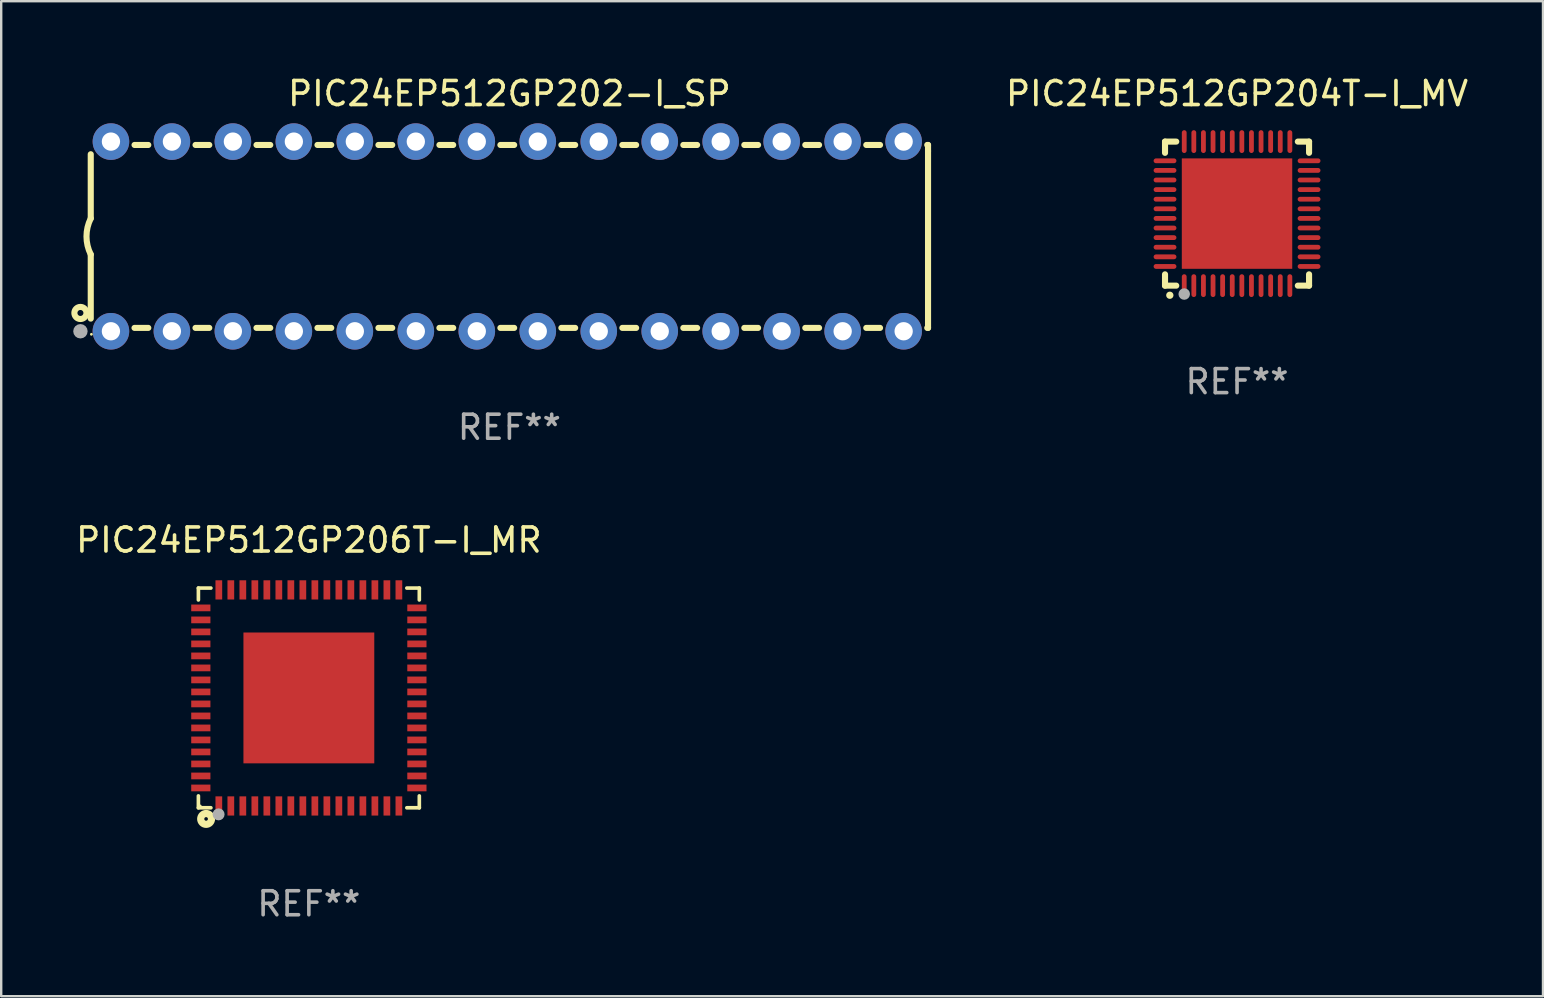
<source format=kicad_pcb>
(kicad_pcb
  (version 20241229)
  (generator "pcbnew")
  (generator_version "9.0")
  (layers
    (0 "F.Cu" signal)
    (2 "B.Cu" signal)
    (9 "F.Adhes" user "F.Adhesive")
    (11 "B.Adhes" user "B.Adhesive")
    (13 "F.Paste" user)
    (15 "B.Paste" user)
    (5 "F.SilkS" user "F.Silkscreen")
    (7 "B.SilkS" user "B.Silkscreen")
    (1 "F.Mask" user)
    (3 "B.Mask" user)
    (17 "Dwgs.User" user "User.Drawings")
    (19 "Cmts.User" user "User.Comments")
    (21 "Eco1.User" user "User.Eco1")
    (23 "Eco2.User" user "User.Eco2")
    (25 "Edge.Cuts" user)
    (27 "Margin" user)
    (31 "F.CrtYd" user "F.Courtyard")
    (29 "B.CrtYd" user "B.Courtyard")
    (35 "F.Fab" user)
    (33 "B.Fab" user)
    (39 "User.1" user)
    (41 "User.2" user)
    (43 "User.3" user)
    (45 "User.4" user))
  (footprint "PIC24EP512GP204T-I_MV"
    (layer "F.Cu")
    (at 48.477 5.848)
    (property "Reference" "PIC24EP512GP204T-I_MV" (at 0 -5 0) (layer "F.SilkS") (effects (font (size 1 1) (thickness 0.15))))
    (attr through_hole)
    (fp_line (start -3 -3) (end -2.532 -3) (stroke (width 0.254) (type solid)) (layer "F.SilkS"))
    (fp_line (start -3 -2.532) (end -3 -3) (stroke (width 0.254) (type solid)) (layer "F.SilkS"))
    (fp_line (start -3 3) (end -3 2.529) (stroke (width 0.254) (type solid)) (layer "F.SilkS"))
    (fp_line (start -2.532 3) (end -3 3) (stroke (width 0.254) (type solid)) (layer "F.SilkS"))
    (fp_line (start 2.532 -3) (end 3 -3) (stroke (width 0.254) (type solid)) (layer "F.SilkS"))
    (fp_line (start 3 -3) (end 3 -2.532) (stroke (width 0.254) (type solid)) (layer "F.SilkS"))
    (fp_line (start 3 2.529) (end 3 3) (stroke (width 0.254) (type solid)) (layer "F.SilkS"))
    (fp_line (start 3 3) (end 2.532 3) (stroke (width 0.254) (type solid)) (layer "F.SilkS"))
    (fp_arc (start -2.801295 3.400025) (mid -2.800025 3.40002) (end -2.798755 3.400025) (stroke (width 0.3) (type solid)) (layer "F.SilkS"))
    (fp_circle (center -3 3) (end -2.97 3) (stroke (width 0.06) (type solid)) (fill no) (layer "F.SilkS"))
    (fp_circle (center -2.2 3.35) (end -2.08 3.35) (stroke (width 0.24) (type solid)) (fill no) (layer "F.Fab"))
    (fp_text user "REF**" (at 0 7 0) (layer "F.Fab") (effects (font (size 1 1) (thickness 0.15))))
    (pad "1" smd oval (at -2.2 3) (size 0.2 0.95) (layers "F.Cu" "F.Mask" "F.Paste"))
    (pad "2" smd oval (at -1.8 3) (size 0.2 0.95) (layers "F.Cu" "F.Mask" "F.Paste"))
    (pad "3" smd oval (at -1.4 3) (size 0.2 0.95) (layers "F.Cu" "F.Mask" "F.Paste"))
    (pad "4" smd oval (at -1 3) (size 0.2 0.95) (layers "F.Cu" "F.Mask" "F.Paste"))
    (pad "5" smd oval (at -0.6 3) (size 0.2 0.95) (layers "F.Cu" "F.Mask" "F.Paste"))
    (pad "6" smd oval (at -0.2 3) (size 0.2 0.95) (layers "F.Cu" "F.Mask" "F.Paste"))
    (pad "7" smd oval (at 0.2 3) (size 0.2 0.95) (layers "F.Cu" "F.Mask" "F.Paste"))
    (pad "8" smd oval (at 0.6 3) (size 0.2 0.95) (layers "F.Cu" "F.Mask" "F.Paste"))
    (pad "9" smd oval (at 1 3) (size 0.2 0.95) (layers "F.Cu" "F.Mask" "F.Paste"))
    (pad "10" smd oval (at 1.4 3) (size 0.2 0.95) (layers "F.Cu" "F.Mask" "F.Paste"))
    (pad "11" smd oval (at 1.8 3) (size 0.2 0.95) (layers "F.Cu" "F.Mask" "F.Paste"))
    (pad "12" smd oval (at 2.2 3) (size 0.2 0.95) (layers "F.Cu" "F.Mask" "F.Paste"))
    (pad "13" smd oval (at 3 2.2 90) (size 0.2 0.95) (layers "F.Cu" "F.Mask" "F.Paste"))
    (pad "14" smd oval (at 3 1.8 90) (size 0.2 0.95) (layers "F.Cu" "F.Mask" "F.Paste"))
    (pad "15" smd oval (at 3 1.4 90) (size 0.2 0.95) (layers "F.Cu" "F.Mask" "F.Paste"))
    (pad "16" smd oval (at 3 1 90) (size 0.2 0.95) (layers "F.Cu" "F.Mask" "F.Paste"))
    (pad "17" smd oval (at 3 0.6 90) (size 0.2 0.95) (layers "F.Cu" "F.Mask" "F.Paste"))
    (pad "18" smd oval (at 3 0.2 90) (size 0.2 0.95) (layers "F.Cu" "F.Mask" "F.Paste"))
    (pad "19" smd oval (at 3 -0.2 90) (size 0.2 0.95) (layers "F.Cu" "F.Mask" "F.Paste"))
    (pad "20" smd oval (at 3 -0.6 90) (size 0.2 0.95) (layers "F.Cu" "F.Mask" "F.Paste"))
    (pad "21" smd oval (at 3 -1 90) (size 0.2 0.95) (layers "F.Cu" "F.Mask" "F.Paste"))
    (pad "22" smd oval (at 3 -1.4 90) (size 0.2 0.95) (layers "F.Cu" "F.Mask" "F.Paste"))
    (pad "23" smd oval (at 3 -1.8 90) (size 0.2 0.95) (layers "F.Cu" "F.Mask" "F.Paste"))
    (pad "24" smd oval (at 3 -2.2 90) (size 0.2 0.95) (layers "F.Cu" "F.Mask" "F.Paste"))
    (pad "25" smd oval (at 2.2 -3 180) (size 0.2 0.95) (layers "F.Cu" "F.Mask" "F.Paste"))
    (pad "26" smd oval (at 1.8 -3 180) (size 0.2 0.95) (layers "F.Cu" "F.Mask" "F.Paste"))
    (pad "27" smd oval (at 1.4 -3 180) (size 0.2 0.95) (layers "F.Cu" "F.Mask" "F.Paste"))
    (pad "28" smd oval (at 1 -3 180) (size 0.2 0.95) (layers "F.Cu" "F.Mask" "F.Paste"))
    (pad "29" smd oval (at 0.6 -3 180) (size 0.2 0.95) (layers "F.Cu" "F.Mask" "F.Paste"))
    (pad "30" smd oval (at 0.2 -3 180) (size 0.2 0.95) (layers "F.Cu" "F.Mask" "F.Paste"))
    (pad "31" smd oval (at -0.2 -3 180) (size 0.2 0.95) (layers "F.Cu" "F.Mask" "F.Paste"))
    (pad "32" smd oval (at -0.6 -3 180) (size 0.2 0.95) (layers "F.Cu" "F.Mask" "F.Paste"))
    (pad "33" smd oval (at -1 -3 180) (size 0.2 0.95) (layers "F.Cu" "F.Mask" "F.Paste"))
    (pad "34" smd oval (at -1.4 -3 180) (size 0.2 0.95) (layers "F.Cu" "F.Mask" "F.Paste"))
    (pad "35" smd oval (at -1.8 -3 180) (size 0.2 0.95) (layers "F.Cu" "F.Mask" "F.Paste"))
    (pad "36" smd oval (at -2.2 -3 180) (size 0.2 0.95) (layers "F.Cu" "F.Mask" "F.Paste"))
    (pad "37" smd oval (at -3 -2.2 270) (size 0.2 0.95) (layers "F.Cu" "F.Mask" "F.Paste"))
    (pad "38" smd oval (at -3 -1.8 270) (size 0.2 0.95) (layers "F.Cu" "F.Mask" "F.Paste"))
    (pad "39" smd oval (at -3 -1.4 270) (size 0.2 0.95) (layers "F.Cu" "F.Mask" "F.Paste"))
    (pad "40" smd oval (at -3 -1 270) (size 0.2 0.95) (layers "F.Cu" "F.Mask" "F.Paste"))
    (pad "41" smd oval (at -3 -0.6 270) (size 0.2 0.95) (layers "F.Cu" "F.Mask" "F.Paste"))
    (pad "42" smd oval (at -3 -0.2 270) (size 0.2 0.95) (layers "F.Cu" "F.Mask" "F.Paste"))
    (pad "43" smd oval (at -3 0.2 270) (size 0.2 0.95) (layers "F.Cu" "F.Mask" "F.Paste"))
    (pad "44" smd oval (at -3 0.6 270) (size 0.2 0.95) (layers "F.Cu" "F.Mask" "F.Paste"))
    (pad "45" smd oval (at -3 1 270) (size 0.2 0.95) (layers "F.Cu" "F.Mask" "F.Paste"))
    (pad "46" smd oval (at -3 1.4 270) (size 0.2 0.95) (layers "F.Cu" "F.Mask" "F.Paste"))
    (pad "47" smd oval (at -3 1.8 270) (size 0.2 0.95) (layers "F.Cu" "F.Mask" "F.Paste"))
    (pad "48" smd oval (at -3 2.2 270) (size 0.2 0.95) (layers "F.Cu" "F.Mask" "F.Paste"))
    (pad "49" smd rect (at -0.001 -0.001 180) (size 4.6 4.6) (layers "F.Cu" "F.Mask" "F.Paste")))
  (footprint "PIC24EP512GP202-I_SP"
    (layer "F.Cu")
    (at 18.168 6.798)
    (property "Reference" "PIC24EP512GP202-I_SP" (at 0 -5.95 0) (layer "F.SilkS") (effects (font (size 1 1) (thickness 0.15))))
    (attr through_hole)
    (fp_line (start -17.438 0.75) (end -17.438 3.423) (stroke (width 0.254) (type solid)) (layer "F.SilkS"))
    (fp_line (start -17.438 -3.423) (end -17.438 -0.75) (stroke (width 0.254) (type solid)) (layer "F.SilkS"))
    (fp_line (start -15.615 3.81) (end -15.041 3.81) (stroke (width 0.254) (type solid)) (layer "F.SilkS"))
    (fp_line (start -15.041 -3.81) (end -15.614 -3.81) (stroke (width 0.254) (type solid)) (layer "F.SilkS"))
    (fp_line (start -13.075 3.81) (end -12.501 3.81) (stroke (width 0.254) (type solid)) (layer "F.SilkS"))
    (fp_line (start -12.501 -3.81) (end -13.074 -3.81) (stroke (width 0.254) (type solid)) (layer "F.SilkS"))
    (fp_line (start -10.535 3.81) (end -9.961 3.81) (stroke (width 0.254) (type solid)) (layer "F.SilkS"))
    (fp_line (start -9.961 -3.81) (end -10.534 -3.81) (stroke (width 0.254) (type solid)) (layer "F.SilkS"))
    (fp_line (start -7.995 3.81) (end -7.421 3.81) (stroke (width 0.254) (type solid)) (layer "F.SilkS"))
    (fp_line (start -7.421 -3.81) (end -7.995 -3.81) (stroke (width 0.254) (type solid)) (layer "F.SilkS"))
    (fp_line (start -5.455 3.81) (end -4.881 3.81) (stroke (width 0.254) (type solid)) (layer "F.SilkS"))
    (fp_line (start -4.881 -3.81) (end -5.455 -3.81) (stroke (width 0.254) (type solid)) (layer "F.SilkS"))
    (fp_line (start -2.915 3.81) (end -2.341 3.81) (stroke (width 0.254) (type solid)) (layer "F.SilkS"))
    (fp_line (start -2.341 -3.81) (end -2.915 -3.81) (stroke (width 0.254) (type solid)) (layer "F.SilkS"))
    (fp_line (start -0.375 3.81) (end 0.199 3.81) (stroke (width 0.254) (type solid)) (layer "F.SilkS"))
    (fp_line (start 0.199 -3.81) (end -0.375 -3.81) (stroke (width 0.254) (type solid)) (layer "F.SilkS"))
    (fp_line (start 2.165 3.81) (end 2.739 3.81) (stroke (width 0.254) (type solid)) (layer "F.SilkS"))
    (fp_line (start 2.739 -3.81) (end 2.165 -3.81) (stroke (width 0.254) (type solid)) (layer "F.SilkS"))
    (fp_line (start 4.705 3.81) (end 5.279 3.81) (stroke (width 0.254) (type solid)) (layer "F.SilkS"))
    (fp_line (start 5.279 -3.81) (end 4.705 -3.81) (stroke (width 0.254) (type solid)) (layer "F.SilkS"))
    (fp_line (start 7.245 3.81) (end 7.819 3.81) (stroke (width 0.254) (type solid)) (layer "F.SilkS"))
    (fp_line (start 7.819 -3.81) (end 7.245 -3.81) (stroke (width 0.254) (type solid)) (layer "F.SilkS"))
    (fp_line (start 9.785 3.81) (end 10.359 3.81) (stroke (width 0.254) (type solid)) (layer "F.SilkS"))
    (fp_line (start 10.359 -3.81) (end 9.785 -3.81) (stroke (width 0.254) (type solid)) (layer "F.SilkS"))
    (fp_line (start 12.325 3.81) (end 12.899 3.81) (stroke (width 0.254) (type solid)) (layer "F.SilkS"))
    (fp_line (start 12.899 -3.81) (end 12.325 -3.81) (stroke (width 0.254) (type solid)) (layer "F.SilkS"))
    (fp_line (start 14.865 3.81) (end 15.439 3.81) (stroke (width 0.254) (type solid)) (layer "F.SilkS"))
    (fp_line (start 15.439 -3.81) (end 14.865 -3.81) (stroke (width 0.254) (type solid)) (layer "F.SilkS"))
    (fp_line (start 17.405 3.81) (end 17.438 3.81) (stroke (width 0.254) (type solid)) (layer "F.SilkS"))
    (fp_line (start 17.438 -3.81) (end 17.405 -3.81) (stroke (width 0.254) (type solid)) (layer "F.SilkS"))
    (fp_line (start 17.438 -3.556) (end 17.438 -3.81) (stroke (width 0.254) (type solid)) (layer "F.SilkS"))
    (fp_line (start 17.438 3.81) (end 17.438 -3.556) (stroke (width 0.254) (type solid)) (layer "F.SilkS"))
    (fp_arc (start -17.437986 0.749657) (mid -17.614887 -0.000024) (end -17.437783 -0.749657) (stroke (width 0.254001) (type solid)) (layer "F.SilkS"))
    (fp_circle (center -17.868 3.188) (end -17.743 3.188) (stroke (width 0.254) (type solid)) (fill no) (layer "F.SilkS"))
    (fp_circle (center -17.411 4.077) (end -17.381 4.077) (stroke (width 0.06) (type solid)) (fill no) (layer "F.SilkS"))
    (fp_circle (center -17.868 3.95) (end -17.718 3.95) (stroke (width 0.3) (type solid)) (fill no) (layer "F.Fab"))
    (fp_text user "REF**" (at 0 7.95 0) (layer "F.Fab") (effects (font (size 1 1) (thickness 0.15))))
    (pad "1" thru_hole circle (at -16.598 3.95) (size 1.524 1.524) (drill 0.762) (layers "*.Cu" "*.Mask"))
    (pad "2" thru_hole circle (at -14.058 3.95) (size 1.524 1.524) (drill 0.762) (layers "*.Cu" "*.Mask"))
    (pad "3" thru_hole circle (at -11.518 3.95) (size 1.524 1.524) (drill 0.762) (layers "*.Cu" "*.Mask"))
    (pad "4" thru_hole circle (at -8.978 3.95) (size 1.524 1.524) (drill 0.762) (layers "*.Cu" "*.Mask"))
    (pad "5" thru_hole circle (at -6.438 3.95) (size 1.524 1.524) (drill 0.762) (layers "*.Cu" "*.Mask"))
    (pad "6" thru_hole circle (at -3.898 3.95) (size 1.524 1.524) (drill 0.762) (layers "*.Cu" "*.Mask"))
    (pad "7" thru_hole circle (at -1.358 3.95) (size 1.524 1.524) (drill 0.762) (layers "*.Cu" "*.Mask"))
    (pad "8" thru_hole circle (at 1.182 3.95) (size 1.524 1.524) (drill 0.762) (layers "*.Cu" "*.Mask"))
    (pad "9" thru_hole circle (at 3.722 3.95) (size 1.524 1.524) (drill 0.762) (layers "*.Cu" "*.Mask"))
    (pad "10" thru_hole circle (at 6.262 3.95) (size 1.524 1.524) (drill 0.762) (layers "*.Cu" "*.Mask"))
    (pad "11" thru_hole circle (at 8.802 3.95) (size 1.524 1.524) (drill 0.762) (layers "*.Cu" "*.Mask"))
    (pad "12" thru_hole circle (at 11.342 3.95) (size 1.524 1.524) (drill 0.762) (layers "*.Cu" "*.Mask"))
    (pad "13" thru_hole circle (at 13.882 3.95) (size 1.524 1.524) (drill 0.762) (layers "*.Cu" "*.Mask"))
    (pad "14" thru_hole circle (at 16.422 3.95) (size 1.524 1.524) (drill 0.762) (layers "*.Cu" "*.Mask"))
    (pad "15" thru_hole circle (at 16.422 -3.95) (size 1.524 1.524) (drill 0.762) (layers "*.Cu" "*.Mask"))
    (pad "16" thru_hole circle (at 13.882 -3.95) (size 1.524 1.524) (drill 0.762) (layers "*.Cu" "*.Mask"))
    (pad "17" thru_hole circle (at 11.342 -3.95) (size 1.524 1.524) (drill 0.762) (layers "*.Cu" "*.Mask"))
    (pad "18" thru_hole circle (at 8.802 -3.95) (size 1.524 1.524) (drill 0.762) (layers "*.Cu" "*.Mask"))
    (pad "19" thru_hole circle (at 6.262 -3.95) (size 1.524 1.524) (drill 0.762) (layers "*.Cu" "*.Mask"))
    (pad "20" thru_hole circle (at 3.722 -3.95) (size 1.524 1.524) (drill 0.762) (layers "*.Cu" "*.Mask"))
    (pad "21" thru_hole circle (at 1.182 -3.95) (size 1.524 1.524) (drill 0.762) (layers "*.Cu" "*.Mask"))
    (pad "22" thru_hole circle (at -1.358 -3.95) (size 1.524 1.524) (drill 0.762) (layers "*.Cu" "*.Mask"))
    (pad "23" thru_hole circle (at -3.898 -3.95) (size 1.524 1.524) (drill 0.762) (layers "*.Cu" "*.Mask"))
    (pad "24" thru_hole circle (at -6.438 -3.95) (size 1.524 1.524) (drill 0.762) (layers "*.Cu" "*.Mask"))
    (pad "25" thru_hole circle (at -8.978 -3.95) (size 1.524 1.524) (drill 0.762) (layers "*.Cu" "*.Mask"))
    (pad "26" thru_hole circle (at -11.517 -3.95) (size 1.524 1.524) (drill 0.762) (layers "*.Cu" "*.Mask"))
    (pad "27" thru_hole circle (at -14.057 -3.95) (size 1.524 1.524) (drill 0.762) (layers "*.Cu" "*.Mask"))
    (pad "28" thru_hole circle (at -16.597 -3.95) (size 1.524 1.524) (drill 0.762) (layers "*.Cu" "*.Mask")))
  (footprint "PIC24EP512GP206T-I_MR"
    (layer "F.Cu")
    (at 9.815 26.021)
    (property "Reference" "PIC24EP512GP206T-I_MR" (at 0 -6.576 0) (layer "F.SilkS") (effects (font (size 1 1) (thickness 0.15))))
    (attr through_hole)
    (fp_line (start -4.601 -4.576) (end -4.081 -4.576) (stroke (width 0.152) (type solid)) (layer "F.SilkS"))
    (fp_line (start -4.601 -4.081) (end -4.601 -4.576) (stroke (width 0.152) (type solid)) (layer "F.SilkS"))
    (fp_line (start -4.601 4.081) (end -4.601 4.576) (stroke (width 0.152) (type solid)) (layer "F.SilkS"))
    (fp_line (start -4.601 4.576) (end -4.081 4.576) (stroke (width 0.152) (type solid)) (layer "F.SilkS"))
    (fp_line (start 4.601 -4.576) (end 4.081 -4.576) (stroke (width 0.152) (type solid)) (layer "F.SilkS"))
    (fp_line (start 4.601 -4.081) (end 4.601 -4.576) (stroke (width 0.152) (type solid)) (layer "F.SilkS"))
    (fp_line (start 4.601 4.081) (end 4.601 4.576) (stroke (width 0.152) (type solid)) (layer "F.SilkS"))
    (fp_line (start 4.601 4.576) (end 4.081 4.576) (stroke (width 0.152) (type solid)) (layer "F.SilkS"))
    (fp_circle (center -4.525 4.5) (end -4.495 4.5) (stroke (width 0.06) (type solid)) (fill no) (layer "F.SilkS"))
    (fp_circle (center -4.28 5.04) (end -4.205 5.04) (stroke (width 0.3) (type solid)) (fill no) (layer "F.SilkS"))
    (fp_circle (center -3.76 4.85) (end -3.635 4.85) (stroke (width 0.25) (type solid)) (fill no) (layer "F.Fab"))
    (fp_text user "REF**" (at 0 8.576 0) (layer "F.Fab") (effects (font (size 1 1) (thickness 0.15))))
    (pad "1" smd rect (at -3.75 4.5) (size 0.28 0.8) (layers "F.Cu" "F.Mask" "F.Paste"))
    (pad "2" smd rect (at -3.25 4.5) (size 0.28 0.8) (layers "F.Cu" "F.Mask" "F.Paste"))
    (pad "3" smd rect (at -2.75 4.5) (size 0.28 0.8) (layers "F.Cu" "F.Mask" "F.Paste"))
    (pad "4" smd rect (at -2.25 4.5) (size 0.28 0.8) (layers "F.Cu" "F.Mask" "F.Paste"))
    (pad "5" smd rect (at -1.75 4.5) (size 0.28 0.8) (layers "F.Cu" "F.Mask" "F.Paste"))
    (pad "6" smd rect (at -1.25 4.5) (size 0.28 0.8) (layers "F.Cu" "F.Mask" "F.Paste"))
    (pad "7" smd rect (at -0.75 4.5) (size 0.28 0.8) (layers "F.Cu" "F.Mask" "F.Paste"))
    (pad "8" smd rect (at -0.25 4.5) (size 0.28 0.8) (layers "F.Cu" "F.Mask" "F.Paste"))
    (pad "9" smd rect (at 0.25 4.5) (size 0.28 0.8) (layers "F.Cu" "F.Mask" "F.Paste"))
    (pad "10" smd rect (at 0.75 4.5) (size 0.28 0.8) (layers "F.Cu" "F.Mask" "F.Paste"))
    (pad "11" smd rect (at 1.25 4.5) (size 0.28 0.8) (layers "F.Cu" "F.Mask" "F.Paste"))
    (pad "12" smd rect (at 1.75 4.5) (size 0.28 0.8) (layers "F.Cu" "F.Mask" "F.Paste"))
    (pad "13" smd rect (at 2.25 4.5) (size 0.28 0.8) (layers "F.Cu" "F.Mask" "F.Paste"))
    (pad "14" smd rect (at 2.75 4.5) (size 0.28 0.8) (layers "F.Cu" "F.Mask" "F.Paste"))
    (pad "15" smd rect (at 3.25 4.5) (size 0.28 0.8) (layers "F.Cu" "F.Mask" "F.Paste"))
    (pad "16" smd rect (at 3.75 4.5) (size 0.28 0.8) (layers "F.Cu" "F.Mask" "F.Paste"))
    (pad "17" smd rect (at 4.5 3.75) (size 0.8 0.28) (layers "F.Cu" "F.Mask" "F.Paste"))
    (pad "18" smd rect (at 4.5 3.25) (size 0.8 0.28) (layers "F.Cu" "F.Mask" "F.Paste"))
    (pad "19" smd rect (at 4.5 2.75) (size 0.8 0.28) (layers "F.Cu" "F.Mask" "F.Paste"))
    (pad "20" smd rect (at 4.5 2.25) (size 0.8 0.28) (layers "F.Cu" "F.Mask" "F.Paste"))
    (pad "21" smd rect (at 4.5 1.75) (size 0.8 0.28) (layers "F.Cu" "F.Mask" "F.Paste"))
    (pad "22" smd rect (at 4.5 1.25) (size 0.8 0.28) (layers "F.Cu" "F.Mask" "F.Paste"))
    (pad "23" smd rect (at 4.5 0.75) (size 0.8 0.28) (layers "F.Cu" "F.Mask" "F.Paste"))
    (pad "24" smd rect (at 4.5 0.25) (size 0.8 0.28) (layers "F.Cu" "F.Mask" "F.Paste"))
    (pad "25" smd rect (at 4.5 -0.25) (size 0.8 0.28) (layers "F.Cu" "F.Mask" "F.Paste"))
    (pad "26" smd rect (at 4.5 -0.75) (size 0.8 0.28) (layers "F.Cu" "F.Mask" "F.Paste"))
    (pad "27" smd rect (at 4.5 -1.25) (size 0.8 0.28) (layers "F.Cu" "F.Mask" "F.Paste"))
    (pad "28" smd rect (at 4.5 -1.75) (size 0.8 0.28) (layers "F.Cu" "F.Mask" "F.Paste"))
    (pad "29" smd rect (at 4.5 -2.25) (size 0.8 0.28) (layers "F.Cu" "F.Mask" "F.Paste"))
    (pad "30" smd rect (at 4.5 -2.75) (size 0.8 0.28) (layers "F.Cu" "F.Mask" "F.Paste"))
    (pad "31" smd rect (at 4.5 -3.25) (size 0.8 0.28) (layers "F.Cu" "F.Mask" "F.Paste"))
    (pad "32" smd rect (at 4.5 -3.75) (size 0.8 0.28) (layers "F.Cu" "F.Mask" "F.Paste"))
    (pad "33" smd rect (at 3.75 -4.5) (size 0.28 0.8) (layers "F.Cu" "F.Mask" "F.Paste"))
    (pad "34" smd rect (at 3.25 -4.5) (size 0.28 0.8) (layers "F.Cu" "F.Mask" "F.Paste"))
    (pad "35" smd rect (at 2.75 -4.5) (size 0.28 0.8) (layers "F.Cu" "F.Mask" "F.Paste"))
    (pad "36" smd rect (at 2.25 -4.5) (size 0.28 0.8) (layers "F.Cu" "F.Mask" "F.Paste"))
    (pad "37" smd rect (at 1.75 -4.5) (size 0.28 0.8) (layers "F.Cu" "F.Mask" "F.Paste"))
    (pad "38" smd rect (at 1.25 -4.5) (size 0.28 0.8) (layers "F.Cu" "F.Mask" "F.Paste"))
    (pad "39" smd rect (at 0.75 -4.5) (size 0.28 0.8) (layers "F.Cu" "F.Mask" "F.Paste"))
    (pad "40" smd rect (at 0.25 -4.5) (size 0.28 0.8) (layers "F.Cu" "F.Mask" "F.Paste"))
    (pad "41" smd rect (at -0.25 -4.5) (size 0.28 0.8) (layers "F.Cu" "F.Mask" "F.Paste"))
    (pad "42" smd rect (at -0.75 -4.5) (size 0.28 0.8) (layers "F.Cu" "F.Mask" "F.Paste"))
    (pad "43" smd rect (at -1.25 -4.5) (size 0.28 0.8) (layers "F.Cu" "F.Mask" "F.Paste"))
    (pad "44" smd rect (at -1.75 -4.5) (size 0.28 0.8) (layers "F.Cu" "F.Mask" "F.Paste"))
    (pad "45" smd rect (at -2.25 -4.5) (size 0.28 0.8) (layers "F.Cu" "F.Mask" "F.Paste"))
    (pad "46" smd rect (at -2.75 -4.5) (size 0.28 0.8) (layers "F.Cu" "F.Mask" "F.Paste"))
    (pad "47" smd rect (at -3.25 -4.5) (size 0.28 0.8) (layers "F.Cu" "F.Mask" "F.Paste"))
    (pad "48" smd rect (at -3.75 -4.5) (size 0.28 0.8) (layers "F.Cu" "F.Mask" "F.Paste"))
    (pad "49" smd rect (at -4.5 -3.75) (size 0.8 0.28) (layers "F.Cu" "F.Mask" "F.Paste"))
    (pad "50" smd rect (at -4.5 -3.25) (size 0.8 0.28) (layers "F.Cu" "F.Mask" "F.Paste"))
    (pad "51" smd rect (at -4.5 -2.75) (size 0.8 0.28) (layers "F.Cu" "F.Mask" "F.Paste"))
    (pad "52" smd rect (at -4.5 -2.25) (size 0.8 0.28) (layers "F.Cu" "F.Mask" "F.Paste"))
    (pad "53" smd rect (at -4.5 -1.75) (size 0.8 0.28) (layers "F.Cu" "F.Mask" "F.Paste"))
    (pad "54" smd rect (at -4.5 -1.25) (size 0.8 0.28) (layers "F.Cu" "F.Mask" "F.Paste"))
    (pad "55" smd rect (at -4.5 -0.75) (size 0.8 0.28) (layers "F.Cu" "F.Mask" "F.Paste"))
    (pad "56" smd rect (at -4.5 -0.25) (size 0.8 0.28) (layers "F.Cu" "F.Mask" "F.Paste"))
    (pad "57" smd rect (at -4.5 0.25) (size 0.8 0.28) (layers "F.Cu" "F.Mask" "F.Paste"))
    (pad "58" smd rect (at -4.5 0.75) (size 0.8 0.28) (layers "F.Cu" "F.Mask" "F.Paste"))
    (pad "59" smd rect (at -4.5 1.25) (size 0.8 0.28) (layers "F.Cu" "F.Mask" "F.Paste"))
    (pad "60" smd rect (at -4.5 1.75) (size 0.8 0.28) (layers "F.Cu" "F.Mask" "F.Paste"))
    (pad "61" smd rect (at -4.5 2.25) (size 0.8 0.28) (layers "F.Cu" "F.Mask" "F.Paste"))
    (pad "62" smd rect (at -4.5 2.75) (size 0.8 0.28) (layers "F.Cu" "F.Mask" "F.Paste"))
    (pad "63" smd rect (at -4.5 3.25) (size 0.8 0.28) (layers "F.Cu" "F.Mask" "F.Paste"))
    (pad "64" smd rect (at -4.5 3.75) (size 0.8 0.28) (layers "F.Cu" "F.Mask" "F.Paste"))
    (pad "65" smd rect (at 0 0) (size 5.45 5.45) (layers "F.Cu" "F.Mask" "F.Paste")))
  (gr_rect
    (start -3 -3)
    (end 61.221 38.445)
    (stroke (width 0.1) (type default))
    (fill no)
    (layer "Edge.Cuts")))
</source>
